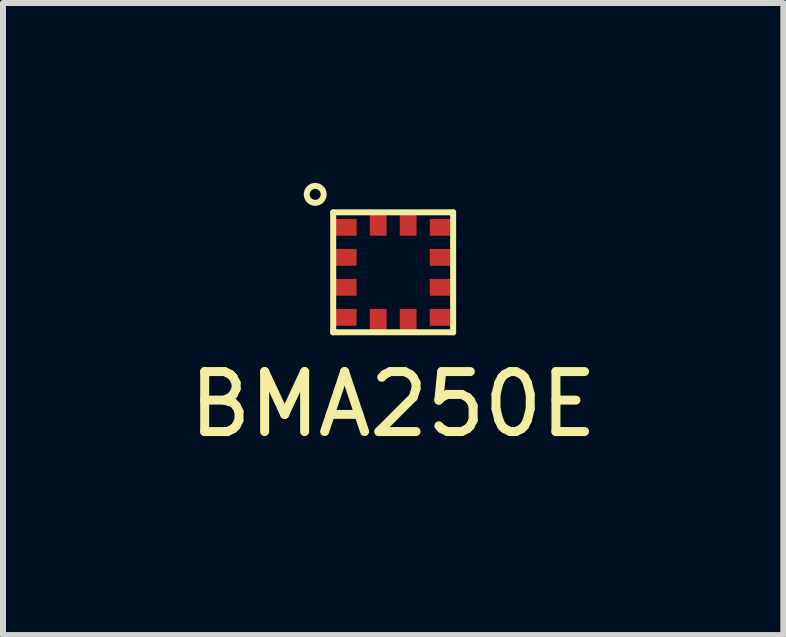
<source format=kicad_pcb>
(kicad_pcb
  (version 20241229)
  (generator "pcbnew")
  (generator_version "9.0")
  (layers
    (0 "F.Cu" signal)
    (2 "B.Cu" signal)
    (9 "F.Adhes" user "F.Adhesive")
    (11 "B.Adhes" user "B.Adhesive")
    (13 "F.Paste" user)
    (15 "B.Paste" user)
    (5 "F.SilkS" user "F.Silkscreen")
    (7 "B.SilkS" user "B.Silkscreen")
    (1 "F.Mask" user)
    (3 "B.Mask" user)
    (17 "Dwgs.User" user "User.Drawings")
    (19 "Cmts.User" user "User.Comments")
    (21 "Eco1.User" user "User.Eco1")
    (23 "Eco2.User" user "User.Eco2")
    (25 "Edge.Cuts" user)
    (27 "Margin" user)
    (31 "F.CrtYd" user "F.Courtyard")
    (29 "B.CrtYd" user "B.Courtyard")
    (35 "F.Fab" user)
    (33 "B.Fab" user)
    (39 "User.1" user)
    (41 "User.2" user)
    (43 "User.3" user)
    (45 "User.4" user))
  (footprint "BMA250E"
    (layer "F.Cu")
    (at 3.506 1.491)
    (property "Reference" "BMA250E" (at 0 2.2 0) (layer "F.SilkS") (effects (font (size 1 1) (thickness 0.15))))
    (attr through_hole)
    (fp_line (start -1 -1) (end 1 -1) (stroke (width 0.1) (type solid)) (layer "F.SilkS"))
    (fp_line (start -1 1) (end -1 -1) (stroke (width 0.1) (type solid)) (layer "F.SilkS"))
    (fp_line (start 1 -1) (end 1 1) (stroke (width 0.1) (type solid)) (layer "F.SilkS"))
    (fp_line (start 1 1) (end -1 1) (stroke (width 0.1) (type solid)) (layer "F.SilkS"))
    (fp_circle (center -1.3 -1.3) (end -1.2 -1.4) (stroke (width 0.1) (type solid)) (fill no) (layer "F.SilkS"))
    (pad "1" smd rect (at -0.815 -0.75) (size 0.41 0.28) (layers "F.Cu" "F.Mask" "F.Paste"))
    (pad "2" smd rect (at -0.815 -0.25) (size 0.41 0.28) (layers "F.Cu" "F.Mask" "F.Paste"))
    (pad "3" smd rect (at -0.815 0.25) (size 0.41 0.28) (layers "F.Cu" "F.Mask" "F.Paste"))
    (pad "4" smd rect (at -0.815 0.75) (size 0.41 0.28) (layers "F.Cu" "F.Mask" "F.Paste"))
    (pad "5" smd rect (at -0.25 0.815) (size 0.28 0.41) (layers "F.Cu" "F.Mask" "F.Paste"))
    (pad "6" smd rect (at 0.25 0.815) (size 0.28 0.41) (layers "F.Cu" "F.Mask" "F.Paste"))
    (pad "7" smd rect (at 0.815 0.75) (size 0.41 0.28) (layers "F.Cu" "F.Mask" "F.Paste"))
    (pad "8" smd rect (at 0.815 0.25) (size 0.41 0.28) (layers "F.Cu" "F.Mask" "F.Paste"))
    (pad "9" smd rect (at 0.815 -0.25) (size 0.41 0.28) (layers "F.Cu" "F.Mask" "F.Paste"))
    (pad "10" smd rect (at 0.815 -0.75) (size 0.41 0.28) (layers "F.Cu" "F.Mask" "F.Paste"))
    (pad "11" smd rect (at 0.25 -0.815) (size 0.28 0.41) (layers "F.Cu" "F.Mask" "F.Paste"))
    (pad "12" smd rect (at -0.25 -0.815) (size 0.28 0.41) (layers "F.Cu" "F.Mask" "F.Paste")))
  (gr_rect
    (start -3 -3)
    (end 10.012 7.54)
    (stroke (width 0.1) (type default))
    (fill no)
    (layer "Edge.Cuts")))
</source>
